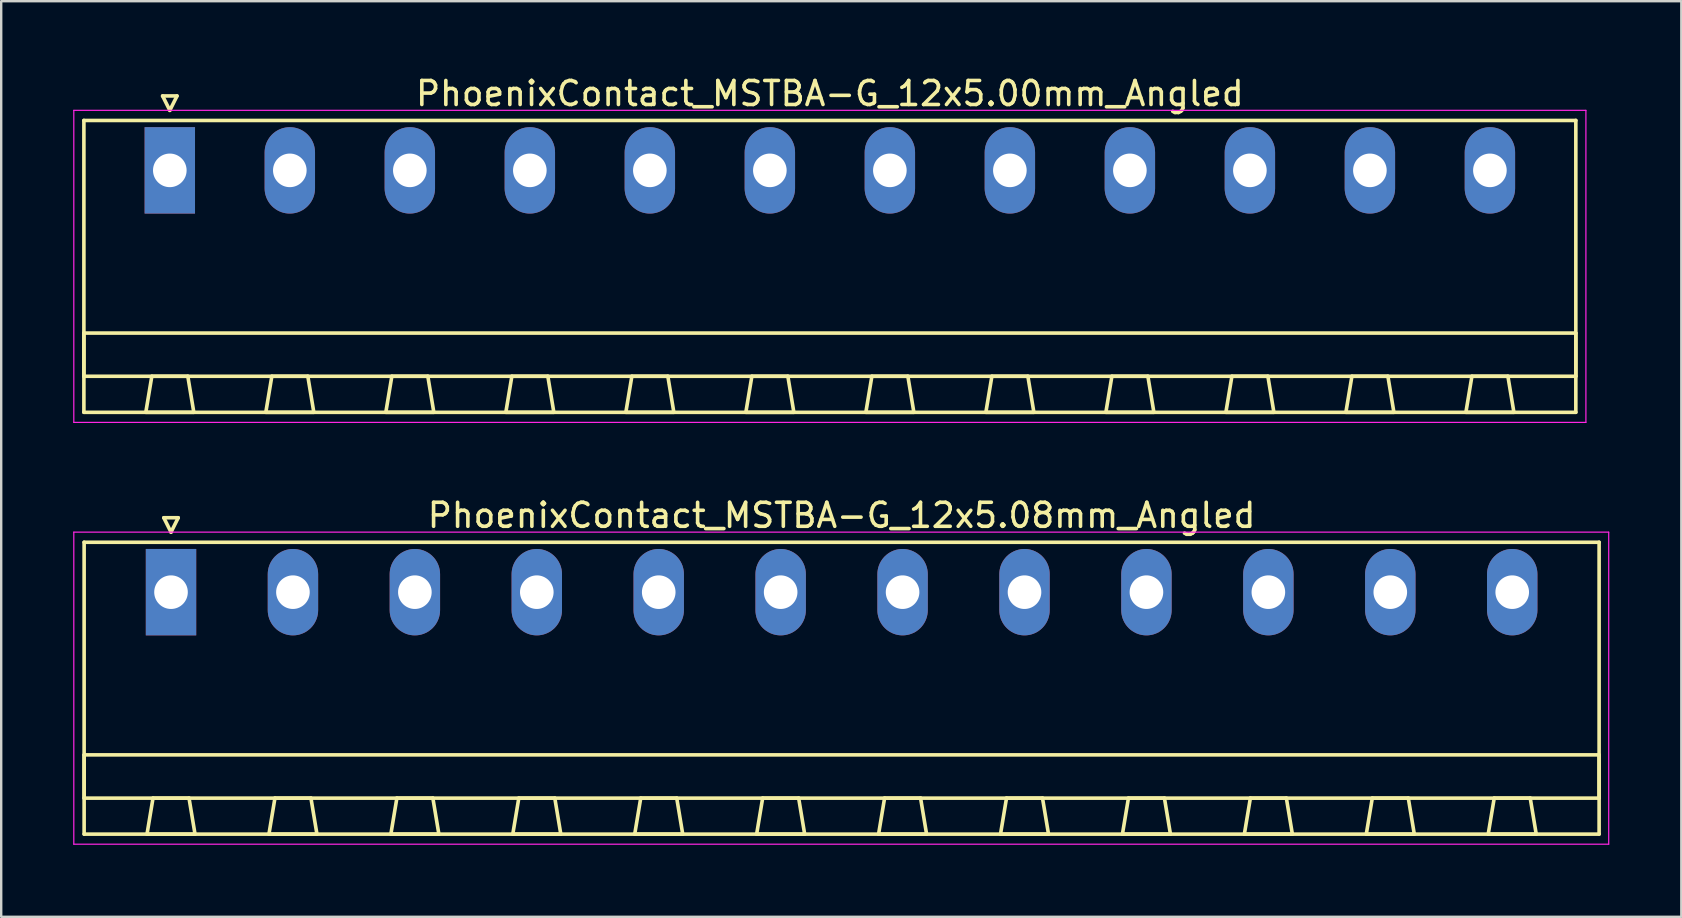
<source format=kicad_pcb>
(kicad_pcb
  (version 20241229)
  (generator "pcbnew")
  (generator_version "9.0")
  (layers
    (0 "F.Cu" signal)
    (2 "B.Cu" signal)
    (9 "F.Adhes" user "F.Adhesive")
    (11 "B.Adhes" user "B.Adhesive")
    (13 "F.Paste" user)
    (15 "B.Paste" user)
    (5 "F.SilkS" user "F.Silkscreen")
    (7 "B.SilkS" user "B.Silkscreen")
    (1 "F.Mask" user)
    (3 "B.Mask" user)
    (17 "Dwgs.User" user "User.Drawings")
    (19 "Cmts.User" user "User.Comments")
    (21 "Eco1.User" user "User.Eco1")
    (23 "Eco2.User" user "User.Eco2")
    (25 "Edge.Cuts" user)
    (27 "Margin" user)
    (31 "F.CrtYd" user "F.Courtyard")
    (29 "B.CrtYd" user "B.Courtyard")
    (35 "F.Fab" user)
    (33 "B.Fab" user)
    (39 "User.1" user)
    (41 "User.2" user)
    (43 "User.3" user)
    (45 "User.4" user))
  (footprint "PhoenixContact_MSTBA-G_12x5.00mm_Angled"
    (layer "F.Cu")
    (at 4.025 4.048)
    (property "Reference" "PhoenixContact_MSTBA-G_12x5.00mm_Angled" (at 27.5 -3.2 0) (layer "F.SilkS") (effects (font (size 1 1) (thickness 0.15))))
    (attr through_hole)
    (fp_line (start -3.58 -2.08) (end -3.58 10.08) (stroke (width 0.15) (type solid)) (layer "F.SilkS"))
    (fp_line (start -3.58 6.78) (end 58.58 6.78) (stroke (width 0.15) (type solid)) (layer "F.SilkS"))
    (fp_line (start -3.58 8.58) (end -3.58 6.78) (stroke (width 0.15) (type solid)) (layer "F.SilkS"))
    (fp_line (start -3.58 10.08) (end 58.58 10.08) (stroke (width 0.15) (type solid)) (layer "F.SilkS"))
    (fp_line (start -1 10.08) (end 1 10.08) (stroke (width 0.15) (type solid)) (layer "F.SilkS"))
    (fp_line (start -0.75 8.58) (end -1 10.08) (stroke (width 0.15) (type solid)) (layer "F.SilkS"))
    (fp_line (start -0.3 -3.1) (end 0 -2.5) (stroke (width 0.15) (type solid)) (layer "F.SilkS"))
    (fp_line (start 0 -2.5) (end 0.3 -3.1) (stroke (width 0.15) (type solid)) (layer "F.SilkS"))
    (fp_line (start 0.3 -3.1) (end -0.3 -3.1) (stroke (width 0.15) (type solid)) (layer "F.SilkS"))
    (fp_line (start 0.75 8.58) (end -0.75 8.58) (stroke (width 0.15) (type solid)) (layer "F.SilkS"))
    (fp_line (start 1 10.08) (end 0.75 8.58) (stroke (width 0.15) (type solid)) (layer "F.SilkS"))
    (fp_line (start 4 10.08) (end 6 10.08) (stroke (width 0.15) (type solid)) (layer "F.SilkS"))
    (fp_line (start 4.25 8.58) (end 4 10.08) (stroke (width 0.15) (type solid)) (layer "F.SilkS"))
    (fp_line (start 5.75 8.58) (end 4.25 8.58) (stroke (width 0.15) (type solid)) (layer "F.SilkS"))
    (fp_line (start 6 10.08) (end 5.75 8.58) (stroke (width 0.15) (type solid)) (layer "F.SilkS"))
    (fp_line (start 9 10.08) (end 11 10.08) (stroke (width 0.15) (type solid)) (layer "F.SilkS"))
    (fp_line (start 9.25 8.58) (end 9 10.08) (stroke (width 0.15) (type solid)) (layer "F.SilkS"))
    (fp_line (start 10.75 8.58) (end 9.25 8.58) (stroke (width 0.15) (type solid)) (layer "F.SilkS"))
    (fp_line (start 11 10.08) (end 10.75 8.58) (stroke (width 0.15) (type solid)) (layer "F.SilkS"))
    (fp_line (start 14 10.08) (end 16 10.08) (stroke (width 0.15) (type solid)) (layer "F.SilkS"))
    (fp_line (start 14.25 8.58) (end 14 10.08) (stroke (width 0.15) (type solid)) (layer "F.SilkS"))
    (fp_line (start 15.75 8.58) (end 14.25 8.58) (stroke (width 0.15) (type solid)) (layer "F.SilkS"))
    (fp_line (start 16 10.08) (end 15.75 8.58) (stroke (width 0.15) (type solid)) (layer "F.SilkS"))
    (fp_line (start 19 10.08) (end 21 10.08) (stroke (width 0.15) (type solid)) (layer "F.SilkS"))
    (fp_line (start 19.25 8.58) (end 19 10.08) (stroke (width 0.15) (type solid)) (layer "F.SilkS"))
    (fp_line (start 20.75 8.58) (end 19.25 8.58) (stroke (width 0.15) (type solid)) (layer "F.SilkS"))
    (fp_line (start 21 10.08) (end 20.75 8.58) (stroke (width 0.15) (type solid)) (layer "F.SilkS"))
    (fp_line (start 24 10.08) (end 26 10.08) (stroke (width 0.15) (type solid)) (layer "F.SilkS"))
    (fp_line (start 24.25 8.58) (end 24 10.08) (stroke (width 0.15) (type solid)) (layer "F.SilkS"))
    (fp_line (start 25.75 8.58) (end 24.25 8.58) (stroke (width 0.15) (type solid)) (layer "F.SilkS"))
    (fp_line (start 26 10.08) (end 25.75 8.58) (stroke (width 0.15) (type solid)) (layer "F.SilkS"))
    (fp_line (start 29 10.08) (end 31 10.08) (stroke (width 0.15) (type solid)) (layer "F.SilkS"))
    (fp_line (start 29.25 8.58) (end 29 10.08) (stroke (width 0.15) (type solid)) (layer "F.SilkS"))
    (fp_line (start 30.75 8.58) (end 29.25 8.58) (stroke (width 0.15) (type solid)) (layer "F.SilkS"))
    (fp_line (start 31 10.08) (end 30.75 8.58) (stroke (width 0.15) (type solid)) (layer "F.SilkS"))
    (fp_line (start 34 10.08) (end 36 10.08) (stroke (width 0.15) (type solid)) (layer "F.SilkS"))
    (fp_line (start 34.25 8.58) (end 34 10.08) (stroke (width 0.15) (type solid)) (layer "F.SilkS"))
    (fp_line (start 35.75 8.58) (end 34.25 8.58) (stroke (width 0.15) (type solid)) (layer "F.SilkS"))
    (fp_line (start 36 10.08) (end 35.75 8.58) (stroke (width 0.15) (type solid)) (layer "F.SilkS"))
    (fp_line (start 39 10.08) (end 41 10.08) (stroke (width 0.15) (type solid)) (layer "F.SilkS"))
    (fp_line (start 39.25 8.58) (end 39 10.08) (stroke (width 0.15) (type solid)) (layer "F.SilkS"))
    (fp_line (start 40.75 8.58) (end 39.25 8.58) (stroke (width 0.15) (type solid)) (layer "F.SilkS"))
    (fp_line (start 41 10.08) (end 40.75 8.58) (stroke (width 0.15) (type solid)) (layer "F.SilkS"))
    (fp_line (start 44 10.08) (end 46 10.08) (stroke (width 0.15) (type solid)) (layer "F.SilkS"))
    (fp_line (start 44.25 8.58) (end 44 10.08) (stroke (width 0.15) (type solid)) (layer "F.SilkS"))
    (fp_line (start 45.75 8.58) (end 44.25 8.58) (stroke (width 0.15) (type solid)) (layer "F.SilkS"))
    (fp_line (start 46 10.08) (end 45.75 8.58) (stroke (width 0.15) (type solid)) (layer "F.SilkS"))
    (fp_line (start 49 10.08) (end 51 10.08) (stroke (width 0.15) (type solid)) (layer "F.SilkS"))
    (fp_line (start 49.25 8.58) (end 49 10.08) (stroke (width 0.15) (type solid)) (layer "F.SilkS"))
    (fp_line (start 50.75 8.58) (end 49.25 8.58) (stroke (width 0.15) (type solid)) (layer "F.SilkS"))
    (fp_line (start 51 10.08) (end 50.75 8.58) (stroke (width 0.15) (type solid)) (layer "F.SilkS"))
    (fp_line (start 54 10.08) (end 56 10.08) (stroke (width 0.15) (type solid)) (layer "F.SilkS"))
    (fp_line (start 54.25 8.58) (end 54 10.08) (stroke (width 0.15) (type solid)) (layer "F.SilkS"))
    (fp_line (start 55.75 8.58) (end 54.25 8.58) (stroke (width 0.15) (type solid)) (layer "F.SilkS"))
    (fp_line (start 56 10.08) (end 55.75 8.58) (stroke (width 0.15) (type solid)) (layer "F.SilkS"))
    (fp_line (start 58.58 -2.08) (end -3.58 -2.08) (stroke (width 0.15) (type solid)) (layer "F.SilkS"))
    (fp_line (start 58.58 6.78) (end 58.58 8.58) (stroke (width 0.15) (type solid)) (layer "F.SilkS"))
    (fp_line (start 58.58 8.58) (end -3.58 8.58) (stroke (width 0.15) (type solid)) (layer "F.SilkS"))
    (fp_line (start 58.58 10.08) (end 58.58 -2.08) (stroke (width 0.15) (type solid)) (layer "F.SilkS"))
    (fp_line (start -4 -2.5) (end -4 10.5) (stroke (width 0.05) (type solid)) (layer "F.CrtYd"))
    (fp_line (start -4 10.5) (end 59 10.5) (stroke (width 0.05) (type solid)) (layer "F.CrtYd"))
    (fp_line (start 59 -2.5) (end -4 -2.5) (stroke (width 0.05) (type solid)) (layer "F.CrtYd"))
    (fp_line (start 59 10.5) (end 59 -2.5) (stroke (width 0.05) (type solid)) (layer "F.CrtYd"))
    (pad "1" thru_hole rect (at 0 0) (size 2.1 3.6) (drill 1.4) (layers "*.Cu" "*.Mask"))
    (pad "2" thru_hole oval (at 5 0) (size 2.1 3.6) (drill 1.4) (layers "*.Cu" "*.Mask"))
    (pad "3" thru_hole oval (at 10 0) (size 2.1 3.6) (drill 1.4) (layers "*.Cu" "*.Mask"))
    (pad "4" thru_hole oval (at 15 0) (size 2.1 3.6) (drill 1.4) (layers "*.Cu" "*.Mask"))
    (pad "5" thru_hole oval (at 20 0) (size 2.1 3.6) (drill 1.4) (layers "*.Cu" "*.Mask"))
    (pad "6" thru_hole oval (at 25 0) (size 2.1 3.6) (drill 1.4) (layers "*.Cu" "*.Mask"))
    (pad "7" thru_hole oval (at 30 0) (size 2.1 3.6) (drill 1.4) (layers "*.Cu" "*.Mask"))
    (pad "8" thru_hole oval (at 35 0) (size 2.1 3.6) (drill 1.4) (layers "*.Cu" "*.Mask"))
    (pad "9" thru_hole oval (at 40 0) (size 2.1 3.6) (drill 1.4) (layers "*.Cu" "*.Mask"))
    (pad "10" thru_hole oval (at 45 0) (size 2.1 3.6) (drill 1.4) (layers "*.Cu" "*.Mask"))
    (pad "11" thru_hole oval (at 50 0) (size 2.1 3.6) (drill 1.4) (layers "*.Cu" "*.Mask"))
    (pad "12" thru_hole oval (at 55 0) (size 2.1 3.6) (drill 1.4) (layers "*.Cu" "*.Mask")))
  (footprint "PhoenixContact_MSTBA-G_12x5.08mm_Angled"
    (layer "F.Cu")
    (at 4.075 21.622)
    (property "Reference" "PhoenixContact_MSTBA-G_12x5.08mm_Angled" (at 27.94 -3.2 0) (layer "F.SilkS") (effects (font (size 1 1) (thickness 0.15))))
    (attr through_hole)
    (fp_line (start -3.62 -2.08) (end -3.62 10.08) (stroke (width 0.15) (type solid)) (layer "F.SilkS"))
    (fp_line (start -3.62 6.78) (end 59.5 6.78) (stroke (width 0.15) (type solid)) (layer "F.SilkS"))
    (fp_line (start -3.62 8.58) (end -3.62 6.78) (stroke (width 0.15) (type solid)) (layer "F.SilkS"))
    (fp_line (start -3.62 10.08) (end 59.5 10.08) (stroke (width 0.15) (type solid)) (layer "F.SilkS"))
    (fp_line (start -1 10.08) (end 1 10.08) (stroke (width 0.15) (type solid)) (layer "F.SilkS"))
    (fp_line (start -0.75 8.58) (end -1 10.08) (stroke (width 0.15) (type solid)) (layer "F.SilkS"))
    (fp_line (start -0.3 -3.1) (end 0 -2.5) (stroke (width 0.15) (type solid)) (layer "F.SilkS"))
    (fp_line (start 0 -2.5) (end 0.3 -3.1) (stroke (width 0.15) (type solid)) (layer "F.SilkS"))
    (fp_line (start 0.3 -3.1) (end -0.3 -3.1) (stroke (width 0.15) (type solid)) (layer "F.SilkS"))
    (fp_line (start 0.75 8.58) (end -0.75 8.58) (stroke (width 0.15) (type solid)) (layer "F.SilkS"))
    (fp_line (start 1 10.08) (end 0.75 8.58) (stroke (width 0.15) (type solid)) (layer "F.SilkS"))
    (fp_line (start 4.08 10.08) (end 6.08 10.08) (stroke (width 0.15) (type solid)) (layer "F.SilkS"))
    (fp_line (start 4.33 8.58) (end 4.08 10.08) (stroke (width 0.15) (type solid)) (layer "F.SilkS"))
    (fp_line (start 5.83 8.58) (end 4.33 8.58) (stroke (width 0.15) (type solid)) (layer "F.SilkS"))
    (fp_line (start 6.08 10.08) (end 5.83 8.58) (stroke (width 0.15) (type solid)) (layer "F.SilkS"))
    (fp_line (start 9.16 10.08) (end 11.16 10.08) (stroke (width 0.15) (type solid)) (layer "F.SilkS"))
    (fp_line (start 9.41 8.58) (end 9.16 10.08) (stroke (width 0.15) (type solid)) (layer "F.SilkS"))
    (fp_line (start 10.91 8.58) (end 9.41 8.58) (stroke (width 0.15) (type solid)) (layer "F.SilkS"))
    (fp_line (start 11.16 10.08) (end 10.91 8.58) (stroke (width 0.15) (type solid)) (layer "F.SilkS"))
    (fp_line (start 14.24 10.08) (end 16.24 10.08) (stroke (width 0.15) (type solid)) (layer "F.SilkS"))
    (fp_line (start 14.49 8.58) (end 14.24 10.08) (stroke (width 0.15) (type solid)) (layer "F.SilkS"))
    (fp_line (start 15.99 8.58) (end 14.49 8.58) (stroke (width 0.15) (type solid)) (layer "F.SilkS"))
    (fp_line (start 16.24 10.08) (end 15.99 8.58) (stroke (width 0.15) (type solid)) (layer "F.SilkS"))
    (fp_line (start 19.32 10.08) (end 21.32 10.08) (stroke (width 0.15) (type solid)) (layer "F.SilkS"))
    (fp_line (start 19.57 8.58) (end 19.32 10.08) (stroke (width 0.15) (type solid)) (layer "F.SilkS"))
    (fp_line (start 21.07 8.58) (end 19.57 8.58) (stroke (width 0.15) (type solid)) (layer "F.SilkS"))
    (fp_line (start 21.32 10.08) (end 21.07 8.58) (stroke (width 0.15) (type solid)) (layer "F.SilkS"))
    (fp_line (start 24.4 10.08) (end 26.4 10.08) (stroke (width 0.15) (type solid)) (layer "F.SilkS"))
    (fp_line (start 24.65 8.58) (end 24.4 10.08) (stroke (width 0.15) (type solid)) (layer "F.SilkS"))
    (fp_line (start 26.15 8.58) (end 24.65 8.58) (stroke (width 0.15) (type solid)) (layer "F.SilkS"))
    (fp_line (start 26.4 10.08) (end 26.15 8.58) (stroke (width 0.15) (type solid)) (layer "F.SilkS"))
    (fp_line (start 29.48 10.08) (end 31.48 10.08) (stroke (width 0.15) (type solid)) (layer "F.SilkS"))
    (fp_line (start 29.73 8.58) (end 29.48 10.08) (stroke (width 0.15) (type solid)) (layer "F.SilkS"))
    (fp_line (start 31.23 8.58) (end 29.73 8.58) (stroke (width 0.15) (type solid)) (layer "F.SilkS"))
    (fp_line (start 31.48 10.08) (end 31.23 8.58) (stroke (width 0.15) (type solid)) (layer "F.SilkS"))
    (fp_line (start 34.56 10.08) (end 36.56 10.08) (stroke (width 0.15) (type solid)) (layer "F.SilkS"))
    (fp_line (start 34.81 8.58) (end 34.56 10.08) (stroke (width 0.15) (type solid)) (layer "F.SilkS"))
    (fp_line (start 36.31 8.58) (end 34.81 8.58) (stroke (width 0.15) (type solid)) (layer "F.SilkS"))
    (fp_line (start 36.56 10.08) (end 36.31 8.58) (stroke (width 0.15) (type solid)) (layer "F.SilkS"))
    (fp_line (start 39.64 10.08) (end 41.64 10.08) (stroke (width 0.15) (type solid)) (layer "F.SilkS"))
    (fp_line (start 39.89 8.58) (end 39.64 10.08) (stroke (width 0.15) (type solid)) (layer "F.SilkS"))
    (fp_line (start 41.39 8.58) (end 39.89 8.58) (stroke (width 0.15) (type solid)) (layer "F.SilkS"))
    (fp_line (start 41.64 10.08) (end 41.39 8.58) (stroke (width 0.15) (type solid)) (layer "F.SilkS"))
    (fp_line (start 44.72 10.08) (end 46.72 10.08) (stroke (width 0.15) (type solid)) (layer "F.SilkS"))
    (fp_line (start 44.97 8.58) (end 44.72 10.08) (stroke (width 0.15) (type solid)) (layer "F.SilkS"))
    (fp_line (start 46.47 8.58) (end 44.97 8.58) (stroke (width 0.15) (type solid)) (layer "F.SilkS"))
    (fp_line (start 46.72 10.08) (end 46.47 8.58) (stroke (width 0.15) (type solid)) (layer "F.SilkS"))
    (fp_line (start 49.8 10.08) (end 51.8 10.08) (stroke (width 0.15) (type solid)) (layer "F.SilkS"))
    (fp_line (start 50.05 8.58) (end 49.8 10.08) (stroke (width 0.15) (type solid)) (layer "F.SilkS"))
    (fp_line (start 51.55 8.58) (end 50.05 8.58) (stroke (width 0.15) (type solid)) (layer "F.SilkS"))
    (fp_line (start 51.8 10.08) (end 51.55 8.58) (stroke (width 0.15) (type solid)) (layer "F.SilkS"))
    (fp_line (start 54.88 10.08) (end 56.88 10.08) (stroke (width 0.15) (type solid)) (layer "F.SilkS"))
    (fp_line (start 55.13 8.58) (end 54.88 10.08) (stroke (width 0.15) (type solid)) (layer "F.SilkS"))
    (fp_line (start 56.63 8.58) (end 55.13 8.58) (stroke (width 0.15) (type solid)) (layer "F.SilkS"))
    (fp_line (start 56.88 10.08) (end 56.63 8.58) (stroke (width 0.15) (type solid)) (layer "F.SilkS"))
    (fp_line (start 59.5 -2.08) (end -3.62 -2.08) (stroke (width 0.15) (type solid)) (layer "F.SilkS"))
    (fp_line (start 59.5 6.78) (end 59.5 8.58) (stroke (width 0.15) (type solid)) (layer "F.SilkS"))
    (fp_line (start 59.5 8.58) (end -3.62 8.58) (stroke (width 0.15) (type solid)) (layer "F.SilkS"))
    (fp_line (start 59.5 10.08) (end 59.5 -2.08) (stroke (width 0.15) (type solid)) (layer "F.SilkS"))
    (fp_line (start -4.05 -2.5) (end -4.05 10.5) (stroke (width 0.05) (type solid)) (layer "F.CrtYd"))
    (fp_line (start -4.05 10.5) (end 59.9 10.5) (stroke (width 0.05) (type solid)) (layer "F.CrtYd"))
    (fp_line (start 59.9 -2.5) (end -4.05 -2.5) (stroke (width 0.05) (type solid)) (layer "F.CrtYd"))
    (fp_line (start 59.9 10.5) (end 59.9 -2.5) (stroke (width 0.05) (type solid)) (layer "F.CrtYd"))
    (pad "1" thru_hole rect (at 0 0) (size 2.1 3.6) (drill 1.4) (layers "*.Cu" "*.Mask"))
    (pad "2" thru_hole oval (at 5.08 0) (size 2.1 3.6) (drill 1.4) (layers "*.Cu" "*.Mask"))
    (pad "3" thru_hole oval (at 10.16 0) (size 2.1 3.6) (drill 1.4) (layers "*.Cu" "*.Mask"))
    (pad "4" thru_hole oval (at 15.24 0) (size 2.1 3.6) (drill 1.4) (layers "*.Cu" "*.Mask"))
    (pad "5" thru_hole oval (at 20.32 0) (size 2.1 3.6) (drill 1.4) (layers "*.Cu" "*.Mask"))
    (pad "6" thru_hole oval (at 25.4 0) (size 2.1 3.6) (drill 1.4) (layers "*.Cu" "*.Mask"))
    (pad "7" thru_hole oval (at 30.48 0) (size 2.1 3.6) (drill 1.4) (layers "*.Cu" "*.Mask"))
    (pad "8" thru_hole oval (at 35.56 0) (size 2.1 3.6) (drill 1.4) (layers "*.Cu" "*.Mask"))
    (pad "9" thru_hole oval (at 40.64 0) (size 2.1 3.6) (drill 1.4) (layers "*.Cu" "*.Mask"))
    (pad "10" thru_hole oval (at 45.72 0) (size 2.1 3.6) (drill 1.4) (layers "*.Cu" "*.Mask"))
    (pad "11" thru_hole oval (at 50.8 0) (size 2.1 3.6) (drill 1.4) (layers "*.Cu" "*.Mask"))
    (pad "12" thru_hole oval (at 55.88 0) (size 2.1 3.6) (drill 1.4) (layers "*.Cu" "*.Mask")))
  (gr_rect
    (start -3 -3)
    (end 67 35.147)
    (stroke (width 0.1) (type default))
    (fill no)
    (layer "Edge.Cuts")))
</source>
